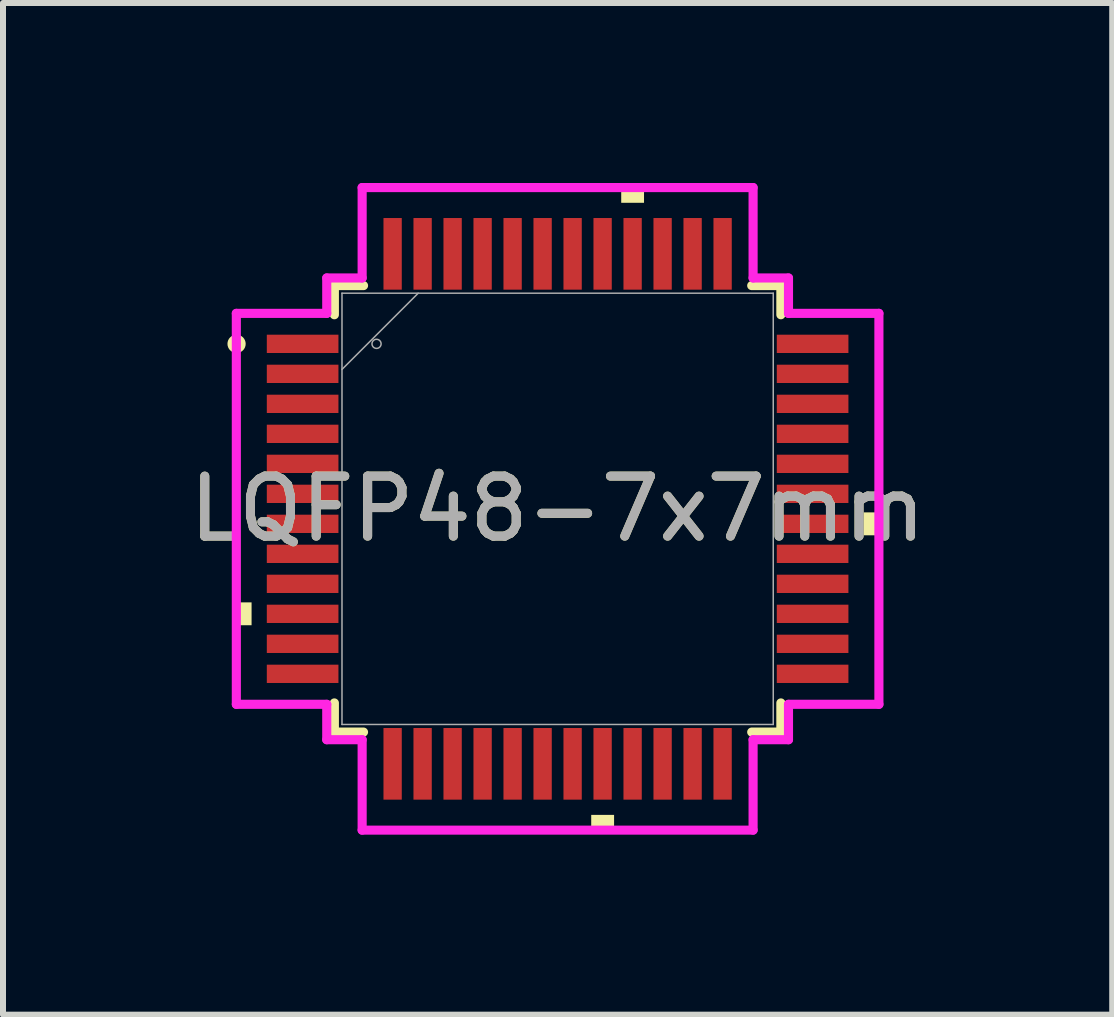
<source format=kicad_pcb>
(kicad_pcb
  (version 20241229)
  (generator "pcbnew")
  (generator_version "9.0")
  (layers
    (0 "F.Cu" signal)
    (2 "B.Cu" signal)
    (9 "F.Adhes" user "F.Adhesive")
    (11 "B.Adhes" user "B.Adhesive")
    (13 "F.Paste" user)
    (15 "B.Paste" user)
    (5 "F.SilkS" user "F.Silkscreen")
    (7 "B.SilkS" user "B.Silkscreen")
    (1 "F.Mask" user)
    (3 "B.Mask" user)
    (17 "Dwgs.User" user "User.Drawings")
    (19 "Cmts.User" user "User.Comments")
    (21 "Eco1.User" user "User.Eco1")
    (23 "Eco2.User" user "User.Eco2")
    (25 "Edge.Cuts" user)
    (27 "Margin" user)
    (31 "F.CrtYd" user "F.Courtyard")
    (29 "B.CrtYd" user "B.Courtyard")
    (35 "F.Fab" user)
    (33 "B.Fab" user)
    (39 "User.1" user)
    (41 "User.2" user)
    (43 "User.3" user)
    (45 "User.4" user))
  (footprint "LQFP48-7x7mm"
    (layer "F.Cu")
    (at 6.244 5.431)
    (property "Reference" "LQFP48-7x7mm" (at 0 0 0) (unlocked yes) (layer "F.SilkS") (effects (font (size 1 1) (thickness 0.15))))
    (attr smd)
    (fp_line (start -3.721 -3.721) (end -3.721 -3.235) (stroke (width 0.152) (type solid)) (layer "F.SilkS"))
    (fp_line (start -3.721 3.235) (end -3.721 3.721) (stroke (width 0.152) (type solid)) (layer "F.SilkS"))
    (fp_line (start -3.721 3.721) (end -3.235 3.721) (stroke (width 0.152) (type solid)) (layer "F.SilkS"))
    (fp_line (start -3.235 -3.721) (end -3.721 -3.721) (stroke (width 0.152) (type solid)) (layer "F.SilkS"))
    (fp_line (start 3.235 3.721) (end 3.721 3.721) (stroke (width 0.152) (type solid)) (layer "F.SilkS"))
    (fp_line (start 3.721 -3.721) (end 3.235 -3.721) (stroke (width 0.152) (type solid)) (layer "F.SilkS"))
    (fp_line (start 3.721 -3.235) (end 3.721 -3.721) (stroke (width 0.152) (type solid)) (layer "F.SilkS"))
    (fp_line (start 3.721 3.721) (end 3.721 3.235) (stroke (width 0.152) (type solid)) (layer "F.SilkS"))
    (fp_circle (center -5.351 -2.75) (end -5.275 -2.75) (stroke (width 0.152) (type solid)) (fill no) (layer "F.SilkS"))
    (fp_poly (pts (xy -5.355 1.559) (xy -5.355 1.94) (xy -5.101 1.94) (xy -5.101 1.559)) (stroke (width 0) (type solid)) (fill yes) (layer "F.SilkS"))
    (fp_poly (pts (xy 0.56 5.101) (xy 0.56 5.355) (xy 0.941 5.355) (xy 0.941 5.101)) (stroke (width 0) (type solid)) (fill yes) (layer "F.SilkS"))
    (fp_poly (pts (xy 1.06 -5.101) (xy 1.06 -5.355) (xy 1.44 -5.355) (xy 1.44 -5.101)) (stroke (width 0) (type solid)) (fill yes) (layer "F.SilkS"))
    (fp_poly (pts (xy 5.355 0.059) (xy 5.355 0.441) (xy 5.101 0.441) (xy 5.101 0.059)) (stroke (width 0) (type solid)) (fill yes) (layer "F.SilkS"))
    (fp_line (start -5.355 -3.258) (end -3.848 -3.258) (stroke (width 0.152) (type solid)) (layer "F.CrtYd"))
    (fp_line (start -5.355 3.258) (end -5.355 -3.258) (stroke (width 0.152) (type solid)) (layer "F.CrtYd"))
    (fp_line (start -3.848 -3.848) (end -3.258 -3.848) (stroke (width 0.152) (type solid)) (layer "F.CrtYd"))
    (fp_line (start -3.848 -3.258) (end -3.848 -3.848) (stroke (width 0.152) (type solid)) (layer "F.CrtYd"))
    (fp_line (start -3.848 3.258) (end -5.355 3.258) (stroke (width 0.152) (type solid)) (layer "F.CrtYd"))
    (fp_line (start -3.848 3.848) (end -3.848 3.258) (stroke (width 0.152) (type solid)) (layer "F.CrtYd"))
    (fp_line (start -3.258 -5.355) (end 3.258 -5.355) (stroke (width 0.152) (type solid)) (layer "F.CrtYd"))
    (fp_line (start -3.258 -3.848) (end -3.258 -5.355) (stroke (width 0.152) (type solid)) (layer "F.CrtYd"))
    (fp_line (start -3.258 3.848) (end -3.848 3.848) (stroke (width 0.152) (type solid)) (layer "F.CrtYd"))
    (fp_line (start -3.258 5.355) (end -3.258 3.848) (stroke (width 0.152) (type solid)) (layer "F.CrtYd"))
    (fp_line (start 3.258 -5.355) (end 3.258 -3.848) (stroke (width 0.152) (type solid)) (layer "F.CrtYd"))
    (fp_line (start 3.258 -3.848) (end 3.848 -3.848) (stroke (width 0.152) (type solid)) (layer "F.CrtYd"))
    (fp_line (start 3.258 3.848) (end 3.258 5.355) (stroke (width 0.152) (type solid)) (layer "F.CrtYd"))
    (fp_line (start 3.258 5.355) (end -3.258 5.355) (stroke (width 0.152) (type solid)) (layer "F.CrtYd"))
    (fp_line (start 3.848 -3.848) (end 3.848 -3.258) (stroke (width 0.152) (type solid)) (layer "F.CrtYd"))
    (fp_line (start 3.848 -3.258) (end 5.355 -3.258) (stroke (width 0.152) (type solid)) (layer "F.CrtYd"))
    (fp_line (start 3.848 3.258) (end 3.848 3.848) (stroke (width 0.152) (type solid)) (layer "F.CrtYd"))
    (fp_line (start 3.848 3.848) (end 3.258 3.848) (stroke (width 0.152) (type solid)) (layer "F.CrtYd"))
    (fp_line (start 5.355 -3.258) (end 5.355 3.258) (stroke (width 0.152) (type solid)) (layer "F.CrtYd"))
    (fp_line (start 5.355 3.258) (end 3.848 3.258) (stroke (width 0.152) (type solid)) (layer "F.CrtYd"))
    (fp_line (start -3.594 -3.594) (end -3.594 3.594) (stroke (width 0.025) (type solid)) (layer "F.Fab"))
    (fp_line (start -3.594 -2.324) (end -2.324 -3.594) (stroke (width 0.025) (type solid)) (layer "F.Fab"))
    (fp_line (start -3.594 3.594) (end 3.594 3.594) (stroke (width 0.025) (type solid)) (layer "F.Fab"))
    (fp_line (start 3.594 -3.594) (end -3.594 -3.594) (stroke (width 0.025) (type solid)) (layer "F.Fab"))
    (fp_line (start 3.594 3.594) (end 3.594 -3.594) (stroke (width 0.025) (type solid)) (layer "F.Fab"))
    (fp_circle (center -3.018 -2.75) (end -2.942 -2.75) (stroke (width 0.025) (type solid)) (fill no) (layer "F.Fab"))
    (fp_text user "${REFERENCE}" (at 0 0 0) (unlocked yes) (layer "F.Fab") (effects (font (size 1 1) (thickness 0.15))))
    (pad "1" smd rect (at -4.25 -2.75) (size 1.194 0.305) (layers "F.Cu" "F.Mask" "F.Paste"))
    (pad "2" smd rect (at -4.25 -2.25) (size 1.194 0.305) (layers "F.Cu" "F.Mask" "F.Paste"))
    (pad "3" smd rect (at -4.25 -1.75) (size 1.194 0.305) (layers "F.Cu" "F.Mask" "F.Paste"))
    (pad "4" smd rect (at -4.25 -1.25) (size 1.194 0.305) (layers "F.Cu" "F.Mask" "F.Paste"))
    (pad "5" smd rect (at -4.25 -0.75) (size 1.194 0.305) (layers "F.Cu" "F.Mask" "F.Paste"))
    (pad "6" smd rect (at -4.25 -0.25) (size 1.194 0.305) (layers "F.Cu" "F.Mask" "F.Paste"))
    (pad "7" smd rect (at -4.25 0.25) (size 1.194 0.305) (layers "F.Cu" "F.Mask" "F.Paste"))
    (pad "8" smd rect (at -4.25 0.75) (size 1.194 0.305) (layers "F.Cu" "F.Mask" "F.Paste"))
    (pad "9" smd rect (at -4.25 1.25) (size 1.194 0.305) (layers "F.Cu" "F.Mask" "F.Paste"))
    (pad "10" smd rect (at -4.25 1.75) (size 1.194 0.305) (layers "F.Cu" "F.Mask" "F.Paste"))
    (pad "11" smd rect (at -4.25 2.25) (size 1.194 0.305) (layers "F.Cu" "F.Mask" "F.Paste"))
    (pad "12" smd rect (at -4.25 2.75) (size 1.194 0.305) (layers "F.Cu" "F.Mask" "F.Paste"))
    (pad "13" smd rect (at -2.75 4.25 90) (size 1.194 0.305) (layers "F.Cu" "F.Mask" "F.Paste"))
    (pad "14" smd rect (at -2.25 4.25 90) (size 1.194 0.305) (layers "F.Cu" "F.Mask" "F.Paste"))
    (pad "15" smd rect (at -1.75 4.25 90) (size 1.194 0.305) (layers "F.Cu" "F.Mask" "F.Paste"))
    (pad "16" smd rect (at -1.25 4.25 90) (size 1.194 0.305) (layers "F.Cu" "F.Mask" "F.Paste"))
    (pad "17" smd rect (at -0.75 4.25 90) (size 1.194 0.305) (layers "F.Cu" "F.Mask" "F.Paste"))
    (pad "18" smd rect (at -0.25 4.25 90) (size 1.194 0.305) (layers "F.Cu" "F.Mask" "F.Paste"))
    (pad "19" smd rect (at 0.25 4.25 90) (size 1.194 0.305) (layers "F.Cu" "F.Mask" "F.Paste"))
    (pad "20" smd rect (at 0.75 4.25 90) (size 1.194 0.305) (layers "F.Cu" "F.Mask" "F.Paste"))
    (pad "21" smd rect (at 1.25 4.25 90) (size 1.194 0.305) (layers "F.Cu" "F.Mask" "F.Paste"))
    (pad "22" smd rect (at 1.75 4.25 90) (size 1.194 0.305) (layers "F.Cu" "F.Mask" "F.Paste"))
    (pad "23" smd rect (at 2.25 4.25 90) (size 1.194 0.305) (layers "F.Cu" "F.Mask" "F.Paste"))
    (pad "24" smd rect (at 2.75 4.25 90) (size 1.194 0.305) (layers "F.Cu" "F.Mask" "F.Paste"))
    (pad "25" smd rect (at 4.25 2.75) (size 1.194 0.305) (layers "F.Cu" "F.Mask" "F.Paste"))
    (pad "26" smd rect (at 4.25 2.25) (size 1.194 0.305) (layers "F.Cu" "F.Mask" "F.Paste"))
    (pad "27" smd rect (at 4.25 1.75) (size 1.194 0.305) (layers "F.Cu" "F.Mask" "F.Paste"))
    (pad "28" smd rect (at 4.25 1.25) (size 1.194 0.305) (layers "F.Cu" "F.Mask" "F.Paste"))
    (pad "29" smd rect (at 4.25 0.75) (size 1.194 0.305) (layers "F.Cu" "F.Mask" "F.Paste"))
    (pad "30" smd rect (at 4.25 0.25) (size 1.194 0.305) (layers "F.Cu" "F.Mask" "F.Paste"))
    (pad "31" smd rect (at 4.25 -0.25) (size 1.194 0.305) (layers "F.Cu" "F.Mask" "F.Paste"))
    (pad "32" smd rect (at 4.25 -0.75) (size 1.194 0.305) (layers "F.Cu" "F.Mask" "F.Paste"))
    (pad "33" smd rect (at 4.25 -1.25) (size 1.194 0.305) (layers "F.Cu" "F.Mask" "F.Paste"))
    (pad "34" smd rect (at 4.25 -1.75) (size 1.194 0.305) (layers "F.Cu" "F.Mask" "F.Paste"))
    (pad "35" smd rect (at 4.25 -2.25) (size 1.194 0.305) (layers "F.Cu" "F.Mask" "F.Paste"))
    (pad "36" smd rect (at 4.25 -2.75) (size 1.194 0.305) (layers "F.Cu" "F.Mask" "F.Paste"))
    (pad "37" smd rect (at 2.75 -4.25 90) (size 1.194 0.305) (layers "F.Cu" "F.Mask" "F.Paste"))
    (pad "38" smd rect (at 2.25 -4.25 90) (size 1.194 0.305) (layers "F.Cu" "F.Mask" "F.Paste"))
    (pad "39" smd rect (at 1.75 -4.25 90) (size 1.194 0.305) (layers "F.Cu" "F.Mask" "F.Paste"))
    (pad "40" smd rect (at 1.25 -4.25 90) (size 1.194 0.305) (layers "F.Cu" "F.Mask" "F.Paste"))
    (pad "41" smd rect (at 0.75 -4.25 90) (size 1.194 0.305) (layers "F.Cu" "F.Mask" "F.Paste"))
    (pad "42" smd rect (at 0.25 -4.25 90) (size 1.194 0.305) (layers "F.Cu" "F.Mask" "F.Paste"))
    (pad "43" smd rect (at -0.25 -4.25 90) (size 1.194 0.305) (layers "F.Cu" "F.Mask" "F.Paste"))
    (pad "44" smd rect (at -0.75 -4.25 90) (size 1.194 0.305) (layers "F.Cu" "F.Mask" "F.Paste"))
    (pad "45" smd rect (at -1.25 -4.25 90) (size 1.194 0.305) (layers "F.Cu" "F.Mask" "F.Paste"))
    (pad "46" smd rect (at -1.75 -4.25 90) (size 1.194 0.305) (layers "F.Cu" "F.Mask" "F.Paste"))
    (pad "47" smd rect (at -2.25 -4.25 90) (size 1.194 0.305) (layers "F.Cu" "F.Mask" "F.Paste"))
    (pad "48" smd rect (at -2.75 -4.25 90) (size 1.194 0.305) (layers "F.Cu" "F.Mask" "F.Paste")))
  (gr_rect
    (start -3 -3)
    (end 15.488 13.862)
    (stroke (width 0.1) (type default))
    (fill no)
    (layer "Edge.Cuts")))
</source>
